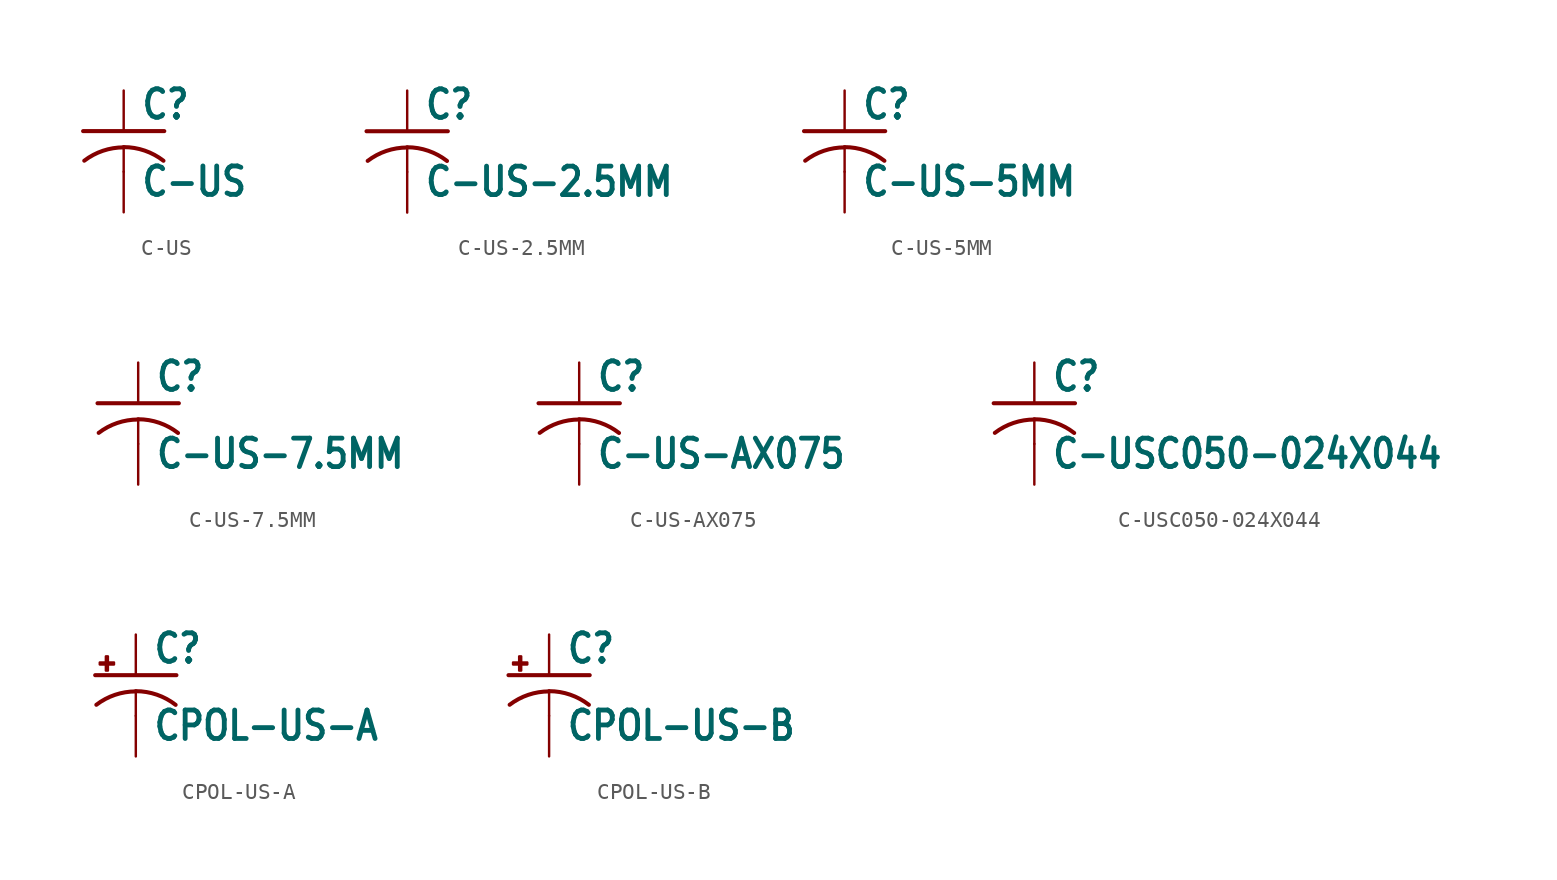
<source format=kicad_sym>
(kicad_symbol_lib
  (version 20211014)
  (generator kicad_symbol_editor)
  (symbol "C-US"
    (property "Reference" "C"
      (at 1.016 0.635 0)
      (effects (font (size 1.778 1.511) bold) (justify left bottom)))
    (property "Value" "C-US"
      (at 1.016 -4.191 0)
      (effects (font (size 1.778 1.511) bold) (justify left bottom)))
    (property "ki_locked" ""
      (at 0 0 0)
      (effects (font (size 1.27 1.27))))
    (symbol "C-US_1_0"
      (arc (start 0 -1.0161) (mid -1.302 -1.2303) (end -2.4668 -1.8504) (stroke (width 0.254) (type default) (color 0 0 0 0)) (fill (type none)))
      (polyline (pts (xy -2.54 0) (xy 2.54 0)) (stroke (width 0.254) (type default) (color 0 0 0 0)) (fill (type none)))
      (polyline (pts (xy 0 -1.016) (xy 0 -2.54)) (stroke (width 0.152) (type default) (color 0 0 0 0)) (fill (type none)))
      (polyline (pts (xy 0 -1.016) (xy 0 -1.016)) (stroke (width 0.152) (type default) (color 0 0 0 0)) (fill (type none)))
      (arc (start 2.4892 -1.8542) (mid 1.3158 -1.2195) (end 0 -1) (stroke (width 0.254) (type default) (color 0 0 0 0)) (fill (type none)))
      (pin passive line (at 0 2.54 270) (length 2.54) (name "1" (effects (font (size 0 0)))) (number "1" (effects (font (size 0 0)))))
      (pin passive line (at 0 -5.08 90) (length 2.54) (name "2" (effects (font (size 0 0)))) (number "2" (effects (font (size 0 0)))))))
  (symbol "C-US-2.5MM"
    (property "Reference" "C"
      (at 1.016 0.635 0)
      (effects (font (size 1.778 1.511) bold) (justify left bottom)))
    (property "Value" "C-US-2.5MM"
      (at 1.016 -4.191 0)
      (effects (font (size 1.778 1.511) bold) (justify left bottom)))
    (property "ki_locked" ""
      (at 0 0 0)
      (effects (font (size 1.27 1.27))))
    (symbol "C-US-2.5MM_1_0"
      (arc (start 0 -1.0161) (mid -1.302 -1.2303) (end -2.4668 -1.8504) (stroke (width 0.254) (type default) (color 0 0 0 0)) (fill (type none)))
      (polyline (pts (xy -2.54 0) (xy 2.54 0)) (stroke (width 0.254) (type default) (color 0 0 0 0)) (fill (type none)))
      (polyline (pts (xy 0 -1.016) (xy 0 -2.54)) (stroke (width 0.152) (type default) (color 0 0 0 0)) (fill (type none)))
      (polyline (pts (xy 0 -1.016) (xy 0 -1.016)) (stroke (width 0.152) (type default) (color 0 0 0 0)) (fill (type none)))
      (arc (start 2.4892 -1.8542) (mid 1.3158 -1.2195) (end 0 -1) (stroke (width 0.254) (type default) (color 0 0 0 0)) (fill (type none)))
      (pin passive line (at 0 2.54 270) (length 2.54) (name "1" (effects (font (size 0 0)))) (number "1" (effects (font (size 0 0)))))
      (pin passive line (at 0 -5.08 90) (length 2.54) (name "2" (effects (font (size 0 0)))) (number "2" (effects (font (size 0 0)))))))
  (symbol "C-US-5MM"
    (property "Reference" "C"
      (at 1.016 0.635 0)
      (effects (font (size 1.778 1.511) bold) (justify left bottom)))
    (property "Value" "C-US-5MM"
      (at 1.016 -4.191 0)
      (effects (font (size 1.778 1.511) bold) (justify left bottom)))
    (property "ki_locked" ""
      (at 0 0 0)
      (effects (font (size 1.27 1.27))))
    (symbol "C-US-5MM_1_0"
      (arc (start 0 -1.0161) (mid -1.302 -1.2303) (end -2.4668 -1.8504) (stroke (width 0.254) (type default) (color 0 0 0 0)) (fill (type none)))
      (polyline (pts (xy -2.54 0) (xy 2.54 0)) (stroke (width 0.254) (type default) (color 0 0 0 0)) (fill (type none)))
      (polyline (pts (xy 0 -1.016) (xy 0 -2.54)) (stroke (width 0.152) (type default) (color 0 0 0 0)) (fill (type none)))
      (polyline (pts (xy 0 -1.016) (xy 0 -1.016)) (stroke (width 0.152) (type default) (color 0 0 0 0)) (fill (type none)))
      (arc (start 2.4892 -1.8542) (mid 1.3158 -1.2195) (end 0 -1) (stroke (width 0.254) (type default) (color 0 0 0 0)) (fill (type none)))
      (pin passive line (at 0 2.54 270) (length 2.54) (name "1" (effects (font (size 0 0)))) (number "1" (effects (font (size 0 0)))))
      (pin passive line (at 0 -5.08 90) (length 2.54) (name "2" (effects (font (size 0 0)))) (number "2" (effects (font (size 0 0)))))))
  (symbol "C-US-7.5MM"
    (property "Reference" "C"
      (at 1.016 0.635 0)
      (effects (font (size 1.778 1.511) bold) (justify left bottom)))
    (property "Value" "C-US-7.5MM"
      (at 1.016 -4.191 0)
      (effects (font (size 1.778 1.511) bold) (justify left bottom)))
    (property "ki_locked" ""
      (at 0 0 0)
      (effects (font (size 1.27 1.27))))
    (symbol "C-US-7.5MM_1_0"
      (arc (start 0 -1.0161) (mid -1.302 -1.2303) (end -2.4668 -1.8504) (stroke (width 0.254) (type default) (color 0 0 0 0)) (fill (type none)))
      (polyline (pts (xy -2.54 0) (xy 2.54 0)) (stroke (width 0.254) (type default) (color 0 0 0 0)) (fill (type none)))
      (polyline (pts (xy 0 -1.016) (xy 0 -2.54)) (stroke (width 0.152) (type default) (color 0 0 0 0)) (fill (type none)))
      (polyline (pts (xy 0 -1.016) (xy 0 -1.016)) (stroke (width 0.152) (type default) (color 0 0 0 0)) (fill (type none)))
      (arc (start 2.4892 -1.8542) (mid 1.3158 -1.2195) (end 0 -1) (stroke (width 0.254) (type default) (color 0 0 0 0)) (fill (type none)))
      (pin passive line (at 0 2.54 270) (length 2.54) (name "1" (effects (font (size 0 0)))) (number "1" (effects (font (size 0 0)))))
      (pin passive line (at 0 -5.08 90) (length 2.54) (name "2" (effects (font (size 0 0)))) (number "2" (effects (font (size 0 0)))))))
  (symbol "C-US-AX075"
    (property "Reference" "C"
      (at 1.016 0.635 0)
      (effects (font (size 1.778 1.511) bold) (justify left bottom)))
    (property "Value" "C-US-AX075"
      (at 1.016 -4.191 0)
      (effects (font (size 1.778 1.511) bold) (justify left bottom)))
    (property "ki_locked" ""
      (at 0 0 0)
      (effects (font (size 1.27 1.27))))
    (symbol "C-US-AX075_1_0"
      (arc (start 0 -1.0161) (mid -1.302 -1.2303) (end -2.4668 -1.8504) (stroke (width 0.254) (type default) (color 0 0 0 0)) (fill (type none)))
      (polyline (pts (xy -2.54 0) (xy 2.54 0)) (stroke (width 0.254) (type default) (color 0 0 0 0)) (fill (type none)))
      (polyline (pts (xy 0 -1.016) (xy 0 -2.54)) (stroke (width 0.152) (type default) (color 0 0 0 0)) (fill (type none)))
      (polyline (pts (xy 0 -1.016) (xy 0 -1.016)) (stroke (width 0.152) (type default) (color 0 0 0 0)) (fill (type none)))
      (arc (start 2.4892 -1.8542) (mid 1.3158 -1.2195) (end 0 -1) (stroke (width 0.254) (type default) (color 0 0 0 0)) (fill (type none)))
      (pin passive line (at 0 2.54 270) (length 2.54) (name "1" (effects (font (size 0 0)))) (number "P$1" (effects (font (size 0 0)))))
      (pin passive line (at 0 -5.08 90) (length 2.54) (name "2" (effects (font (size 0 0)))) (number "P$2" (effects (font (size 0 0)))))))
  (symbol "C-USC050-024X044"
    (property "Reference" "C"
      (at 1.016 0.635 0)
      (effects (font (size 1.778 1.511) bold) (justify left bottom)))
    (property "Value" "C-USC050-024X044"
      (at 1.016 -4.191 0)
      (effects (font (size 1.778 1.511) bold) (justify left bottom)))
    (property "ki_locked" ""
      (at 0 0 0)
      (effects (font (size 1.27 1.27))))
    (symbol "C-USC050-024X044_1_0"
      (arc (start 0 -1.0161) (mid -1.302 -1.2303) (end -2.4668 -1.8504) (stroke (width 0.254) (type default) (color 0 0 0 0)) (fill (type none)))
      (polyline (pts (xy -2.54 0) (xy 2.54 0)) (stroke (width 0.254) (type default) (color 0 0 0 0)) (fill (type none)))
      (polyline (pts (xy 0 -1.016) (xy 0 -2.54)) (stroke (width 0.152) (type default) (color 0 0 0 0)) (fill (type none)))
      (polyline (pts (xy 0 -1.016) (xy 0 -1.016)) (stroke (width 0.152) (type default) (color 0 0 0 0)) (fill (type none)))
      (arc (start 2.4892 -1.8542) (mid 1.3158 -1.2195) (end 0 -1) (stroke (width 0.254) (type default) (color 0 0 0 0)) (fill (type none)))
      (pin passive line (at 0 2.54 270) (length 2.54) (name "1" (effects (font (size 0 0)))) (number "1" (effects (font (size 0 0)))))
      (pin passive line (at 0 -5.08 90) (length 2.54) (name "2" (effects (font (size 0 0)))) (number "2" (effects (font (size 0 0)))))))
  (symbol "CPOL-US-A"
    (property "Reference" "C"
      (at 1.016 0.635 0)
      (effects (font (size 1.778 1.511) bold) (justify left bottom)))
    (property "Value" "CPOL-US-A"
      (at 1.016 -4.191 0)
      (effects (font (size 1.778 1.511) bold) (justify left bottom)))
    (property "ki_locked" ""
      (at 0 0 0)
      (effects (font (size 1.27 1.27))))
    (symbol "CPOL-US-A_1_0"
      (rectangle (start -2.253 0.668) (end -1.364 0.795) (stroke (width 0) (type default) (color 0 0 0 0)) (fill (type outline)))
      (rectangle (start -1.872 0.287) (end -1.745 1.176) (stroke (width 0) (type default) (color 0 0 0 0)) (fill (type outline)))
      (arc (start 0 -1.0161) (mid -1.3021 -1.2302) (end -2.4669 -1.8504) (stroke (width 0.254) (type default) (color 0 0 0 0)) (fill (type none)))
      (polyline (pts (xy -2.54 0) (xy 2.54 0)) (stroke (width 0.254) (type default) (color 0 0 0 0)) (fill (type none)))
      (polyline (pts (xy 0 -1.016) (xy 0 -2.54)) (stroke (width 0.152) (type default) (color 0 0 0 0)) (fill (type none)))
      (polyline (pts (xy 0 -1.016) (xy 0 -1.016)) (stroke (width 0.152) (type default) (color 0 0 0 0)) (fill (type none)))
      (arc (start 2.4892 -1.8542) (mid 1.3158 -1.2195) (end 0 -1) (stroke (width 0.254) (type default) (color 0 0 0 0)) (fill (type none)))
      (pin passive line (at 0 2.54 270) (length 2.54) (name "+" (effects (font (size 0 0)))) (number "+" (effects (font (size 0 0)))))
      (pin passive line (at 0 -5.08 90) (length 2.54) (name "-" (effects (font (size 0 0)))) (number "-" (effects (font (size 0 0)))))))
  (symbol "CPOL-US-B"
    (property "Reference" "C"
      (at 1.016 0.635 0)
      (effects (font (size 1.778 1.511) bold) (justify left bottom)))
    (property "Value" "CPOL-US-B"
      (at 1.016 -4.191 0)
      (effects (font (size 1.778 1.511) bold) (justify left bottom)))
    (property "ki_locked" ""
      (at 0 0 0)
      (effects (font (size 1.27 1.27))))
    (symbol "CPOL-US-B_1_0"
      (rectangle (start -2.253 0.668) (end -1.364 0.795) (stroke (width 0) (type default) (color 0 0 0 0)) (fill (type outline)))
      (rectangle (start -1.872 0.287) (end -1.745 1.176) (stroke (width 0) (type default) (color 0 0 0 0)) (fill (type outline)))
      (arc (start 0 -1.0161) (mid -1.3021 -1.2302) (end -2.4669 -1.8504) (stroke (width 0.254) (type default) (color 0 0 0 0)) (fill (type none)))
      (polyline (pts (xy -2.54 0) (xy 2.54 0)) (stroke (width 0.254) (type default) (color 0 0 0 0)) (fill (type none)))
      (polyline (pts (xy 0 -1.016) (xy 0 -2.54)) (stroke (width 0.152) (type default) (color 0 0 0 0)) (fill (type none)))
      (polyline (pts (xy 0 -1.016) (xy 0 -1.016)) (stroke (width 0.152) (type default) (color 0 0 0 0)) (fill (type none)))
      (arc (start 2.4892 -1.8542) (mid 1.3158 -1.2195) (end 0 -1) (stroke (width 0.254) (type default) (color 0 0 0 0)) (fill (type none)))
      (pin passive line (at 0 2.54 270) (length 2.54) (name "+" (effects (font (size 0 0)))) (number "+" (effects (font (size 0 0)))))
      (pin passive line (at 0 -5.08 90) (length 2.54) (name "-" (effects (font (size 0 0)))) (number "-" (effects (font (size 0 0))))))))
</source>
